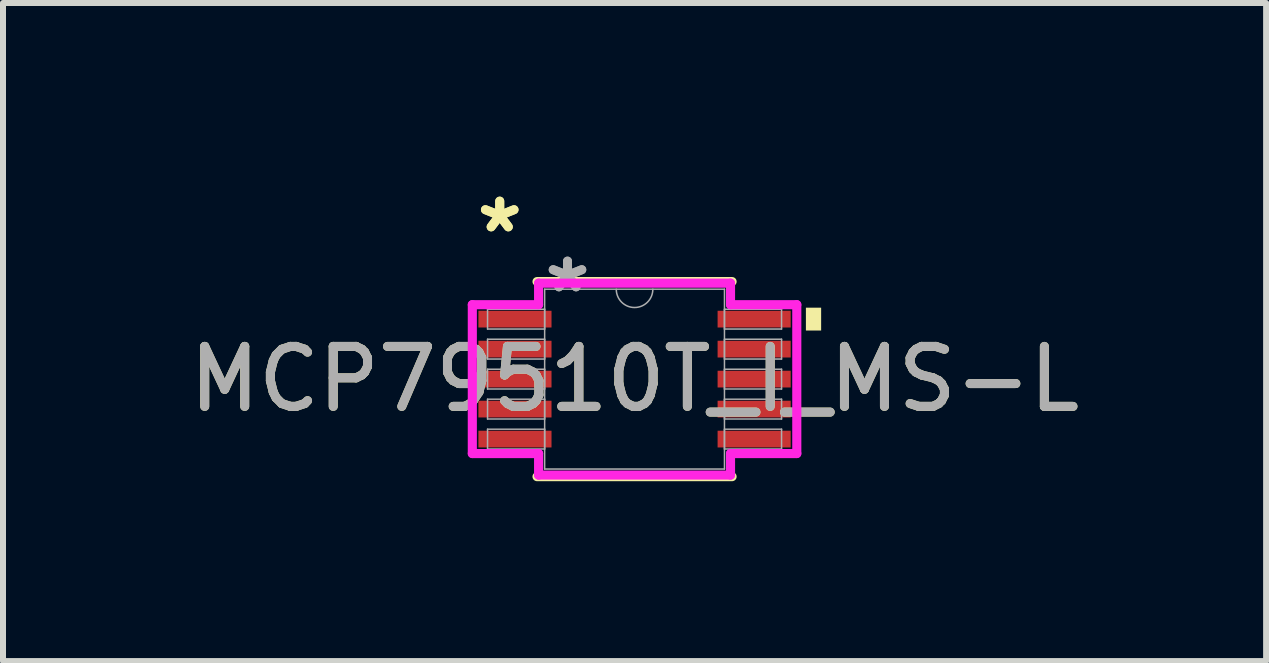
<source format=kicad_pcb>
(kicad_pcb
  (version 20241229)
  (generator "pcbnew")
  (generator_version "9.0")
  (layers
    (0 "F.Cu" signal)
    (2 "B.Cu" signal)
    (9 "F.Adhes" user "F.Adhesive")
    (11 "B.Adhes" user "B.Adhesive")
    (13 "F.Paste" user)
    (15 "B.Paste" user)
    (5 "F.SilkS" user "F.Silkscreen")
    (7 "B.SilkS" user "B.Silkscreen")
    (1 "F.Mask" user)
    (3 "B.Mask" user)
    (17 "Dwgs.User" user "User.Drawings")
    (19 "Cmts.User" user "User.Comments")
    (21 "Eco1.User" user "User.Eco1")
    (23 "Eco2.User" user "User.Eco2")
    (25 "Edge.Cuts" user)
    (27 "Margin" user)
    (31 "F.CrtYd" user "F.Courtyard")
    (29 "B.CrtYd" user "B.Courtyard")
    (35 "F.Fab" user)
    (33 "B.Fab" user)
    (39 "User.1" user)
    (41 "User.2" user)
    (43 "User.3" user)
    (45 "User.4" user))
  (footprint "MCP79510T_I_MS-L"
    (layer "F.Cu")
    (at 7.53 3.271)
    (property "Reference" "MCP79510T_I_MS-L" (at 0 0 0) (unlocked yes) (layer "F.SilkS") (effects (font (size 1 1) (thickness 0.15))))
    (attr smd)
    (fp_line (start -1.626 1.626) (end 1.626 1.626) (stroke (width 0.152) (type solid)) (layer "F.SilkS"))
    (fp_line (start 1.626 -1.626) (end -1.626 -1.626) (stroke (width 0.152) (type solid)) (layer "F.SilkS"))
    (fp_poly (pts (xy 3.111 -1.191) (xy 3.111 -0.81) (xy 2.857 -0.81) (xy 2.857 -1.191)) (stroke (width 0) (type solid)) (fill yes) (layer "F.SilkS"))
    (fp_line (start -2.705 -1.241) (end -1.6 -1.241) (stroke (width 0.152) (type solid)) (layer "F.CrtYd"))
    (fp_line (start -2.705 1.241) (end -2.705 -1.241) (stroke (width 0.152) (type solid)) (layer "F.CrtYd"))
    (fp_line (start -2.705 1.241) (end -1.6 1.241) (stroke (width 0.152) (type solid)) (layer "F.CrtYd"))
    (fp_line (start -1.6 -1.6) (end 1.6 -1.6) (stroke (width 0.152) (type solid)) (layer "F.CrtYd"))
    (fp_line (start -1.6 -1.241) (end -1.6 -1.6) (stroke (width 0.152) (type solid)) (layer "F.CrtYd"))
    (fp_line (start -1.6 1.6) (end -1.6 1.241) (stroke (width 0.152) (type solid)) (layer "F.CrtYd"))
    (fp_line (start 1.6 -1.6) (end 1.6 -1.241) (stroke (width 0.152) (type solid)) (layer "F.CrtYd"))
    (fp_line (start 1.6 1.241) (end 1.6 1.6) (stroke (width 0.152) (type solid)) (layer "F.CrtYd"))
    (fp_line (start 1.6 1.6) (end -1.6 1.6) (stroke (width 0.152) (type solid)) (layer "F.CrtYd"))
    (fp_line (start 2.705 -1.241) (end 1.6 -1.241) (stroke (width 0.152) (type solid)) (layer "F.CrtYd"))
    (fp_line (start 2.705 -1.241) (end 2.705 1.241) (stroke (width 0.152) (type solid)) (layer "F.CrtYd"))
    (fp_line (start 2.705 1.241) (end 1.6 1.241) (stroke (width 0.152) (type solid)) (layer "F.CrtYd"))
    (fp_line (start -2.451 -1.165) (end -2.451 -0.835) (stroke (width 0.025) (type solid)) (layer "F.Fab"))
    (fp_line (start -2.451 -0.835) (end -1.499 -0.835) (stroke (width 0.025) (type solid)) (layer "F.Fab"))
    (fp_line (start -2.451 -0.665) (end -2.451 -0.335) (stroke (width 0.025) (type solid)) (layer "F.Fab"))
    (fp_line (start -2.451 -0.335) (end -1.499 -0.335) (stroke (width 0.025) (type solid)) (layer "F.Fab"))
    (fp_line (start -2.451 -0.165) (end -2.451 0.165) (stroke (width 0.025) (type solid)) (layer "F.Fab"))
    (fp_line (start -2.451 0.165) (end -1.499 0.165) (stroke (width 0.025) (type solid)) (layer "F.Fab"))
    (fp_line (start -2.451 0.335) (end -2.451 0.665) (stroke (width 0.025) (type solid)) (layer "F.Fab"))
    (fp_line (start -2.451 0.665) (end -1.499 0.665) (stroke (width 0.025) (type solid)) (layer "F.Fab"))
    (fp_line (start -2.451 0.835) (end -2.451 1.165) (stroke (width 0.025) (type solid)) (layer "F.Fab"))
    (fp_line (start -2.451 1.165) (end -1.499 1.165) (stroke (width 0.025) (type solid)) (layer "F.Fab"))
    (fp_line (start -1.499 -1.499) (end -1.499 1.499) (stroke (width 0.025) (type solid)) (layer "F.Fab"))
    (fp_line (start -1.499 -1.165) (end -2.451 -1.165) (stroke (width 0.025) (type solid)) (layer "F.Fab"))
    (fp_line (start -1.499 -0.835) (end -1.499 -1.165) (stroke (width 0.025) (type solid)) (layer "F.Fab"))
    (fp_line (start -1.499 -0.665) (end -2.451 -0.665) (stroke (width 0.025) (type solid)) (layer "F.Fab"))
    (fp_line (start -1.499 -0.335) (end -1.499 -0.665) (stroke (width 0.025) (type solid)) (layer "F.Fab"))
    (fp_line (start -1.499 -0.165) (end -2.451 -0.165) (stroke (width 0.025) (type solid)) (layer "F.Fab"))
    (fp_line (start -1.499 0.165) (end -1.499 -0.165) (stroke (width 0.025) (type solid)) (layer "F.Fab"))
    (fp_line (start -1.499 0.335) (end -2.451 0.335) (stroke (width 0.025) (type solid)) (layer "F.Fab"))
    (fp_line (start -1.499 0.665) (end -1.499 0.335) (stroke (width 0.025) (type solid)) (layer "F.Fab"))
    (fp_line (start -1.499 0.835) (end -2.451 0.835) (stroke (width 0.025) (type solid)) (layer "F.Fab"))
    (fp_line (start -1.499 1.165) (end -1.499 0.835) (stroke (width 0.025) (type solid)) (layer "F.Fab"))
    (fp_line (start -1.499 1.499) (end 1.499 1.499) (stroke (width 0.025) (type solid)) (layer "F.Fab"))
    (fp_line (start 1.499 -1.499) (end -1.499 -1.499) (stroke (width 0.025) (type solid)) (layer "F.Fab"))
    (fp_line (start 1.499 -1.165) (end 1.499 -0.835) (stroke (width 0.025) (type solid)) (layer "F.Fab"))
    (fp_line (start 1.499 -0.835) (end 2.451 -0.835) (stroke (width 0.025) (type solid)) (layer "F.Fab"))
    (fp_line (start 1.499 -0.665) (end 1.499 -0.335) (stroke (width 0.025) (type solid)) (layer "F.Fab"))
    (fp_line (start 1.499 -0.335) (end 2.451 -0.335) (stroke (width 0.025) (type solid)) (layer "F.Fab"))
    (fp_line (start 1.499 -0.165) (end 1.499 0.165) (stroke (width 0.025) (type solid)) (layer "F.Fab"))
    (fp_line (start 1.499 0.165) (end 2.451 0.165) (stroke (width 0.025) (type solid)) (layer "F.Fab"))
    (fp_line (start 1.499 0.335) (end 1.499 0.665) (stroke (width 0.025) (type solid)) (layer "F.Fab"))
    (fp_line (start 1.499 0.665) (end 2.451 0.665) (stroke (width 0.025) (type solid)) (layer "F.Fab"))
    (fp_line (start 1.499 0.835) (end 1.499 1.165) (stroke (width 0.025) (type solid)) (layer "F.Fab"))
    (fp_line (start 1.499 1.165) (end 2.451 1.165) (stroke (width 0.025) (type solid)) (layer "F.Fab"))
    (fp_line (start 1.499 1.499) (end 1.499 -1.499) (stroke (width 0.025) (type solid)) (layer "F.Fab"))
    (fp_line (start 2.451 -1.165) (end 1.499 -1.165) (stroke (width 0.025) (type solid)) (layer "F.Fab"))
    (fp_line (start 2.451 -0.835) (end 2.451 -1.165) (stroke (width 0.025) (type solid)) (layer "F.Fab"))
    (fp_line (start 2.451 -0.665) (end 1.499 -0.665) (stroke (width 0.025) (type solid)) (layer "F.Fab"))
    (fp_line (start 2.451 -0.335) (end 2.451 -0.665) (stroke (width 0.025) (type solid)) (layer "F.Fab"))
    (fp_line (start 2.451 -0.165) (end 1.499 -0.165) (stroke (width 0.025) (type solid)) (layer "F.Fab"))
    (fp_line (start 2.451 0.165) (end 2.451 -0.165) (stroke (width 0.025) (type solid)) (layer "F.Fab"))
    (fp_line (start 2.451 0.335) (end 1.499 0.335) (stroke (width 0.025) (type solid)) (layer "F.Fab"))
    (fp_line (start 2.451 0.665) (end 2.451 0.335) (stroke (width 0.025) (type solid)) (layer "F.Fab"))
    (fp_line (start 2.451 0.835) (end 1.499 0.835) (stroke (width 0.025) (type solid)) (layer "F.Fab"))
    (fp_line (start 2.451 1.165) (end 2.451 0.835) (stroke (width 0.025) (type solid)) (layer "F.Fab"))
    (fp_arc (start 0.3048 -1.4986) (mid 0 -1.1938) (end -0.3048 -1.4986) (stroke (width 0.0254) (type solid)) (layer "F.Fab"))
    (fp_text user "*" (at -2.248 -2.422 0) (layer "F.SilkS") (effects (font (size 1 1) (thickness 0.15))))
    (fp_text user "*" (at -2.248 -2.422 0) (unlocked yes) (layer "F.SilkS") (effects (font (size 1 1) (thickness 0.15))))
    (fp_text user "*" (at -1.118 -1.422 0) (unlocked yes) (layer "F.Fab") (effects (font (size 1 1) (thickness 0.15))))
    (fp_text user "${REFERENCE}" (at 0 0 0) (unlocked yes) (layer "F.Fab") (effects (font (size 1 1) (thickness 0.15))))
    (fp_text user "*" (at -1.118 -1.422 0) (layer "F.Fab") (effects (font (size 1 1) (thickness 0.15))))
    (pad "1" smd rect (at -1.994 -1) (size 1.219 0.279) (layers "F.Cu" "F.Mask" "F.Paste"))
    (pad "2" smd rect (at -1.994 -0.5) (size 1.219 0.279) (layers "F.Cu" "F.Mask" "F.Paste"))
    (pad "3" smd rect (at -1.994 0) (size 1.219 0.279) (layers "F.Cu" "F.Mask" "F.Paste"))
    (pad "4" smd rect (at -1.994 0.5) (size 1.219 0.279) (layers "F.Cu" "F.Mask" "F.Paste"))
    (pad "5" smd rect (at -1.994 1) (size 1.219 0.279) (layers "F.Cu" "F.Mask" "F.Paste"))
    (pad "6" smd rect (at 1.994 1) (size 1.219 0.279) (layers "F.Cu" "F.Mask" "F.Paste"))
    (pad "7" smd rect (at 1.994 0.5) (size 1.219 0.279) (layers "F.Cu" "F.Mask" "F.Paste"))
    (pad "8" smd rect (at 1.994 0) (size 1.219 0.279) (layers "F.Cu" "F.Mask" "F.Paste"))
    (pad "9" smd rect (at 1.994 -0.5) (size 1.219 0.279) (layers "F.Cu" "F.Mask" "F.Paste"))
    (pad "10" smd rect (at 1.994 -1) (size 1.219 0.279) (layers "F.Cu" "F.Mask" "F.Paste")))
  (gr_rect
    (start -3 -3)
    (end 18.06 7.972)
    (stroke (width 0.1) (type default))
    (fill no)
    (layer "Edge.Cuts")))
</source>
